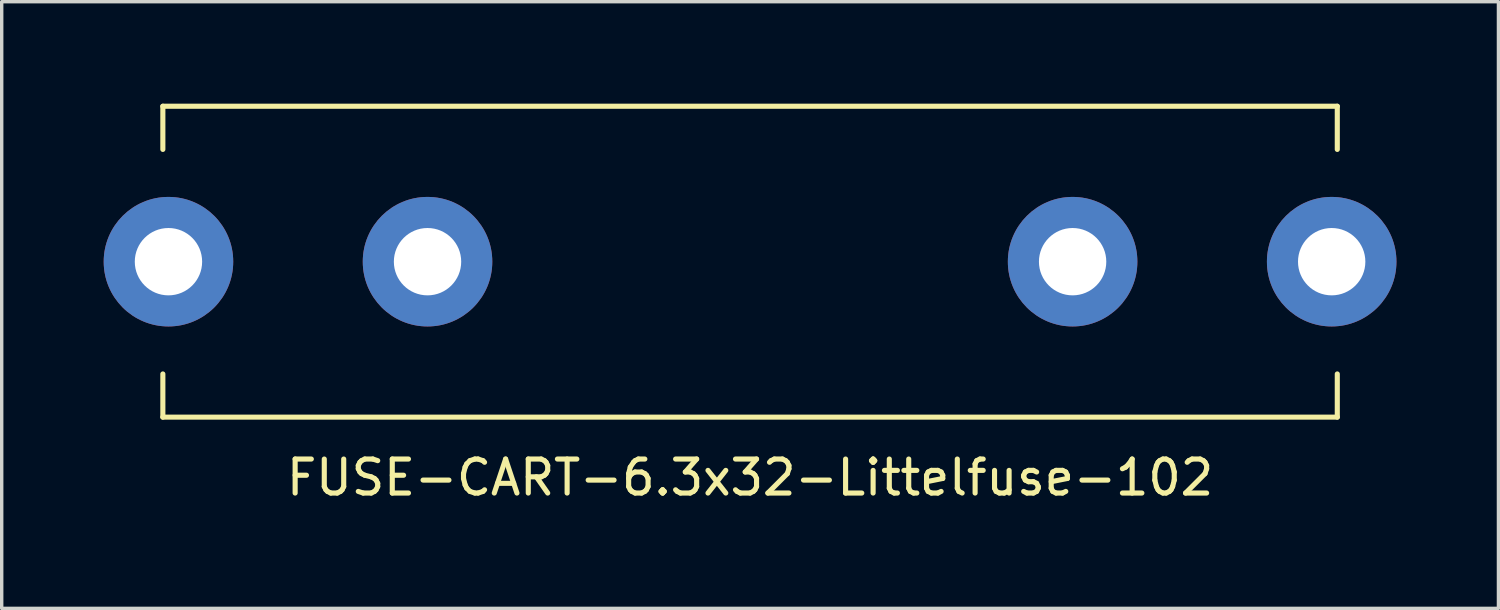
<source format=kicad_pcb>
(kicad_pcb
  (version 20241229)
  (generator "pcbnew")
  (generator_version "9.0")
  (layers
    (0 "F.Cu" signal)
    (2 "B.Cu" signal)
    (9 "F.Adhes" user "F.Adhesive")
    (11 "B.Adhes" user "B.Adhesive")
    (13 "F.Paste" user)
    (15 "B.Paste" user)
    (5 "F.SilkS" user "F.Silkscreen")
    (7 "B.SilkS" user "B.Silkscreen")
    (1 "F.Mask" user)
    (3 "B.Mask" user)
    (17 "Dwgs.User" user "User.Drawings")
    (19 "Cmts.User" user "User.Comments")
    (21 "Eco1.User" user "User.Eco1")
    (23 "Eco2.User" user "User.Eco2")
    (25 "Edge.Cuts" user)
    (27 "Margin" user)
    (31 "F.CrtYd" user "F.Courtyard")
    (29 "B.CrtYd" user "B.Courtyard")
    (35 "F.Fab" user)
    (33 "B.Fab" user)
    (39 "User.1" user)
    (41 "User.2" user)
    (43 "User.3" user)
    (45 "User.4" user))
  (footprint "FUSE-CART-6.3x32-Littelfuse-102"
    (layer "F.Cu")
    (at 19.012 4.647)
    (property "Reference" "FUSE-CART-6.3x32-Littelfuse-102" (at 0 6.35 0) (layer "F.SilkS") (effects (font (size 1 1) (thickness 0.15))))
    (attr through_hole)
    (fp_line (start -17.272 -4.572) (end -17.272 -3.302) (stroke (width 0.15) (type solid)) (layer "F.SilkS"))
    (fp_line (start -17.272 3.302) (end -17.272 4.572) (stroke (width 0.15) (type solid)) (layer "F.SilkS"))
    (fp_line (start 17.272 -4.572) (end -17.272 -4.572) (stroke (width 0.15) (type solid)) (layer "F.SilkS"))
    (fp_line (start 17.272 -4.572) (end 17.272 -3.302) (stroke (width 0.15) (type solid)) (layer "F.SilkS"))
    (fp_line (start 17.272 3.302) (end 17.272 4.572) (stroke (width 0.15) (type solid)) (layer "F.SilkS"))
    (fp_line (start 17.272 4.572) (end -17.272 4.572) (stroke (width 0.15) (type solid)) (layer "F.SilkS"))
    (pad "1" thru_hole circle (at -17.107 0) (size 3.81 3.81) (drill 1.981) (layers "*.Cu" "*.Mask"))
    (pad "1" thru_hole circle (at -9.487 0) (size 3.81 3.81) (drill 1.981) (layers "*.Cu" "*.Mask"))
    (pad "2" thru_hole circle (at 9.487 0) (size 3.81 3.81) (drill 1.981) (layers "*.Cu" "*.Mask"))
    (pad "2" thru_hole circle (at 17.107 0) (size 3.81 3.81) (drill 1.981) (layers "*.Cu" "*.Mask")))
  (gr_rect
    (start -3 -3)
    (end 41.024 14.845)
    (stroke (width 0.1) (type default))
    (fill no)
    (layer "Edge.Cuts")))
</source>
